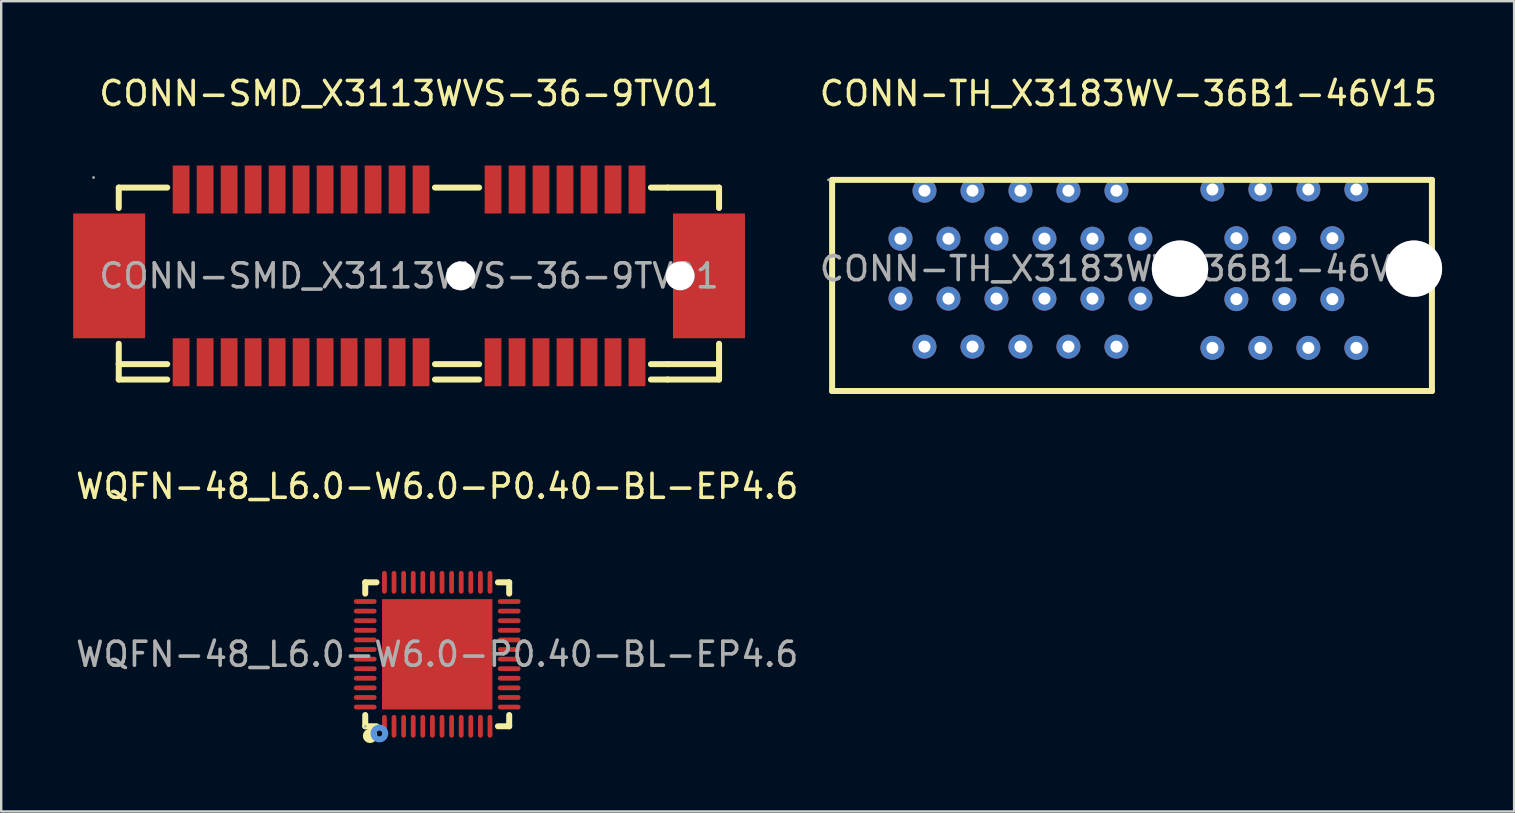
<source format=kicad_pcb>
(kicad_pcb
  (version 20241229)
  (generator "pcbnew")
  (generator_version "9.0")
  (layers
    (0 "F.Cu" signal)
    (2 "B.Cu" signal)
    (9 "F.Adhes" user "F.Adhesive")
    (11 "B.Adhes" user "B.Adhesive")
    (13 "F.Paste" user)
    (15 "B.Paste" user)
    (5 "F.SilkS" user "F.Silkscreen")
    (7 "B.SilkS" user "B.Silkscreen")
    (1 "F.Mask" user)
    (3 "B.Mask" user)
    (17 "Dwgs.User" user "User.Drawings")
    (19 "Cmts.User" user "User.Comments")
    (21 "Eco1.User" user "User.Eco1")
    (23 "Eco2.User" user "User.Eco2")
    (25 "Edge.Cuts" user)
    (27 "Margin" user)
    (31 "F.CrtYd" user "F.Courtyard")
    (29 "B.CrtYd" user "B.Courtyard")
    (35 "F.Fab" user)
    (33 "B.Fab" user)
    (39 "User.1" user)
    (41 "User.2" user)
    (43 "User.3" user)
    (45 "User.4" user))
  (footprint "CONN-TH_X3183WV-36B1-46V15"
    (layer "F.Cu")
    (at 43.982 8.148)
    (property "Reference" "CONN-TH_X3183WV-36B1-46V15" (at 0 -7.3 0) (layer "F.SilkS") (effects (font (size 1 1) (thickness 0.15))))
    (attr through_hole)
    (fp_line (start -12.35 -3.7) (end -12.35 5.1) (stroke (width 0.25) (type solid)) (layer "F.SilkS"))
    (fp_line (start -12.35 5.1) (end 12.65 5.1) (stroke (width 0.25) (type solid)) (layer "F.SilkS"))
    (fp_line (start 12.65 -3.7) (end -12.35 -3.7) (stroke (width 0.25) (type solid)) (layer "F.SilkS"))
    (fp_line (start 12.65 -3.7) (end 12.65 -0.5) (stroke (width 0.25) (type solid)) (layer "F.SilkS"))
    (fp_line (start 12.65 0.5) (end 12.65 5.1) (stroke (width 0.25) (type solid)) (layer "F.SilkS"))
    (fp_circle (center 2.15 0) (end 2.65 0) (stroke (width 1) (type solid)) (fill no) (layer "Cmts.User"))
    (fp_circle (center 11.9 0) (end 12.4 0) (stroke (width 1) (type solid)) (fill no) (layer "Cmts.User"))
    (fp_circle (center -12.5 -3.7) (end -12.47 -3.7) (stroke (width 0.06) (type solid)) (fill no) (layer "F.Fab"))
    (fp_text user "${REFERENCE}" (at 0 0 0) (layer "F.Fab") (effects (font (size 1 1) (thickness 0.15))))
    (pad "" thru_hole circle (at 2.15 0) (size 2.35 2.35) (drill 2.35) (layers "*.Cu" "*.Mask"))
    (pad "" thru_hole circle (at 11.9 0) (size 2.35 2.35) (drill 2.35) (layers "*.Cu" "*.Mask"))
    (pad "A1" thru_hole circle (at -9.5 -1.25) (size 1 1) (drill 0.5) (layers "*.Cu" "*.Mask"))
    (pad "A2" thru_hole circle (at -8.5 -3.25) (size 1 1) (drill 0.5) (layers "*.Cu" "*.Mask"))
    (pad "A3" thru_hole circle (at -7.5 -1.25) (size 1 1) (drill 0.5) (layers "*.Cu" "*.Mask"))
    (pad "A4" thru_hole circle (at -6.5 -3.25) (size 1 1) (drill 0.5) (layers "*.Cu" "*.Mask"))
    (pad "A5" thru_hole circle (at -5.5 -1.25) (size 1 1) (drill 0.5) (layers "*.Cu" "*.Mask"))
    (pad "A6" thru_hole circle (at -4.5 -3.25) (size 1 1) (drill 0.5) (layers "*.Cu" "*.Mask"))
    (pad "A7" thru_hole circle (at -3.5 -1.25) (size 1 1) (drill 0.5) (layers "*.Cu" "*.Mask"))
    (pad "A8" thru_hole circle (at -2.5 -3.25) (size 1 1) (drill 0.5) (layers "*.Cu" "*.Mask"))
    (pad "A9" thru_hole circle (at -1.5 -1.25) (size 1 1) (drill 0.5) (layers "*.Cu" "*.Mask"))
    (pad "A10" thru_hole circle (at -0.5 -3.25) (size 1 1) (drill 0.5) (layers "*.Cu" "*.Mask"))
    (pad "A11" thru_hole circle (at 0.5 -1.25) (size 1 1) (drill 0.5) (layers "*.Cu" "*.Mask"))
    (pad "A12" thru_hole circle (at 3.5 -3.3) (size 1 1) (drill 0.5) (layers "*.Cu" "*.Mask"))
    (pad "A13" thru_hole circle (at 4.5 -1.27) (size 1 1) (drill 0.5) (layers "*.Cu" "*.Mask"))
    (pad "A14" thru_hole circle (at 5.5 -3.3) (size 1 1) (drill 0.5) (layers "*.Cu" "*.Mask"))
    (pad "A15" thru_hole circle (at 6.5 -1.27) (size 1 1) (drill 0.5) (layers "*.Cu" "*.Mask"))
    (pad "A16" thru_hole circle (at 7.5 -3.3) (size 1 1) (drill 0.5) (layers "*.Cu" "*.Mask"))
    (pad "A17" thru_hole circle (at 8.5 -1.27) (size 1 1) (drill 0.5) (layers "*.Cu" "*.Mask"))
    (pad "A18" thru_hole circle (at 9.5 -3.3) (size 1 1) (drill 0.5) (layers "*.Cu" "*.Mask"))
    (pad "B1" thru_hole circle (at -9.5 1.25) (size 1 1) (drill 0.5) (layers "*.Cu" "*.Mask"))
    (pad "B2" thru_hole circle (at -8.5 3.25) (size 1 1) (drill 0.5) (layers "*.Cu" "*.Mask"))
    (pad "B3" thru_hole circle (at -7.5 1.25) (size 1 1) (drill 0.5) (layers "*.Cu" "*.Mask"))
    (pad "B4" thru_hole circle (at -6.5 3.25) (size 1 1) (drill 0.5) (layers "*.Cu" "*.Mask"))
    (pad "B5" thru_hole circle (at -5.5 1.25) (size 1 1) (drill 0.5) (layers "*.Cu" "*.Mask"))
    (pad "B6" thru_hole circle (at -4.5 3.25) (size 1 1) (drill 0.5) (layers "*.Cu" "*.Mask"))
    (pad "B7" thru_hole circle (at -3.5 1.25) (size 1 1) (drill 0.5) (layers "*.Cu" "*.Mask"))
    (pad "B8" thru_hole circle (at -2.5 3.25) (size 1 1) (drill 0.5) (layers "*.Cu" "*.Mask"))
    (pad "B9" thru_hole circle (at -1.5 1.25) (size 1 1) (drill 0.5) (layers "*.Cu" "*.Mask"))
    (pad "B10" thru_hole circle (at -0.5 3.25) (size 1 1) (drill 0.5) (layers "*.Cu" "*.Mask"))
    (pad "B11" thru_hole circle (at 0.5 1.25) (size 1 1) (drill 0.5) (layers "*.Cu" "*.Mask"))
    (pad "B12" thru_hole circle (at 3.5 3.3) (size 1 1) (drill 0.5) (layers "*.Cu" "*.Mask"))
    (pad "B13" thru_hole circle (at 4.5 1.27) (size 1 1) (drill 0.5) (layers "*.Cu" "*.Mask"))
    (pad "B14" thru_hole circle (at 5.5 3.3) (size 1 1) (drill 0.5) (layers "*.Cu" "*.Mask"))
    (pad "B15" thru_hole circle (at 6.5 1.27) (size 1 1) (drill 0.5) (layers "*.Cu" "*.Mask"))
    (pad "B16" thru_hole circle (at 7.5 3.3) (size 1 1) (drill 0.5) (layers "*.Cu" "*.Mask"))
    (pad "B17" thru_hole circle (at 8.5 1.27) (size 1 1) (drill 0.5) (layers "*.Cu" "*.Mask"))
    (pad "B18" thru_hole circle (at 9.5 3.3) (size 1 1) (drill 0.5) (layers "*.Cu" "*.Mask")))
  (footprint "WQFN-48_L6.0-W6.0-P0.40-BL-EP4.6"
    (layer "F.Cu")
    (at 15.173 24.221)
    (property "Reference" "WQFN-48_L6.0-W6.0-P0.40-BL-EP4.6" (at 0 -7 0) (layer "F.SilkS") (effects (font (size 1 1) (thickness 0.15))))
    (attr smd)
    (fp_line (start -3 -3) (end -2.53 -3) (stroke (width 0.25) (type solid)) (layer "F.SilkS"))
    (fp_line (start -3 -2.53) (end -3 -3) (stroke (width 0.25) (type solid)) (layer "F.SilkS"))
    (fp_line (start -3 3) (end -3 2.53) (stroke (width 0.25) (type solid)) (layer "F.SilkS"))
    (fp_line (start -2.53 3) (end -3 3) (stroke (width 0.25) (type solid)) (layer "F.SilkS"))
    (fp_line (start 2.53 -3) (end 3 -3) (stroke (width 0.25) (type solid)) (layer "F.SilkS"))
    (fp_line (start 3 -3) (end 3 -2.53) (stroke (width 0.25) (type solid)) (layer "F.SilkS"))
    (fp_line (start 3 2.53) (end 3 3) (stroke (width 0.25) (type solid)) (layer "F.SilkS"))
    (fp_line (start 3 3) (end 2.53 3) (stroke (width 0.25) (type solid)) (layer "F.SilkS"))
    (fp_arc (start -2.8 3.4) (mid -2.8 3.4) (end -2.8 3.4) (stroke (width 0.3) (type solid)) (layer "F.SilkS"))
    (fp_circle (center -2.41 3.3) (end -2.29 3.3) (stroke (width 0.25) (type solid)) (fill no) (layer "Cmts.User"))
    (fp_circle (center -3 3) (end -2.97 3) (stroke (width 0.06) (type solid)) (fill no) (layer "F.Fab"))
    (fp_text user "${REFERENCE}" (at 0 0 0) (layer "F.Fab") (effects (font (size 1 1) (thickness 0.15))))
    (pad "1" smd oval (at -2.2 3) (size 0.2 0.95) (layers "F.Cu" "F.Mask" "F.Paste"))
    (pad "2" smd oval (at -1.8 3) (size 0.2 0.95) (layers "F.Cu" "F.Mask" "F.Paste"))
    (pad "3" smd oval (at -1.4 3) (size 0.2 0.95) (layers "F.Cu" "F.Mask" "F.Paste"))
    (pad "4" smd oval (at -1 3) (size 0.2 0.95) (layers "F.Cu" "F.Mask" "F.Paste"))
    (pad "5" smd oval (at -0.6 3) (size 0.2 0.95) (layers "F.Cu" "F.Mask" "F.Paste"))
    (pad "6" smd oval (at -0.2 3) (size 0.2 0.95) (layers "F.Cu" "F.Mask" "F.Paste"))
    (pad "7" smd oval (at 0.2 3) (size 0.2 0.95) (layers "F.Cu" "F.Mask" "F.Paste"))
    (pad "8" smd oval (at 0.6 3) (size 0.2 0.95) (layers "F.Cu" "F.Mask" "F.Paste"))
    (pad "9" smd oval (at 1 3) (size 0.2 0.95) (layers "F.Cu" "F.Mask" "F.Paste"))
    (pad "10" smd oval (at 1.4 3) (size 0.2 0.95) (layers "F.Cu" "F.Mask" "F.Paste"))
    (pad "11" smd oval (at 1.8 3) (size 0.2 0.95) (layers "F.Cu" "F.Mask" "F.Paste"))
    (pad "12" smd oval (at 2.2 3) (size 0.2 0.95) (layers "F.Cu" "F.Mask" "F.Paste"))
    (pad "13" smd oval (at 3 2.2 90) (size 0.2 0.95) (layers "F.Cu" "F.Mask" "F.Paste"))
    (pad "14" smd oval (at 3 1.8 90) (size 0.2 0.95) (layers "F.Cu" "F.Mask" "F.Paste"))
    (pad "15" smd oval (at 3 1.4 90) (size 0.2 0.95) (layers "F.Cu" "F.Mask" "F.Paste"))
    (pad "16" smd oval (at 3 1 90) (size 0.2 0.95) (layers "F.Cu" "F.Mask" "F.Paste"))
    (pad "17" smd oval (at 3 0.6 90) (size 0.2 0.95) (layers "F.Cu" "F.Mask" "F.Paste"))
    (pad "18" smd oval (at 3 0.2 90) (size 0.2 0.95) (layers "F.Cu" "F.Mask" "F.Paste"))
    (pad "19" smd oval (at 3 -0.2 90) (size 0.2 0.95) (layers "F.Cu" "F.Mask" "F.Paste"))
    (pad "20" smd oval (at 3 -0.6 90) (size 0.2 0.95) (layers "F.Cu" "F.Mask" "F.Paste"))
    (pad "21" smd oval (at 3 -1 90) (size 0.2 0.95) (layers "F.Cu" "F.Mask" "F.Paste"))
    (pad "22" smd oval (at 3 -1.4 90) (size 0.2 0.95) (layers "F.Cu" "F.Mask" "F.Paste"))
    (pad "23" smd oval (at 3 -1.8 90) (size 0.2 0.95) (layers "F.Cu" "F.Mask" "F.Paste"))
    (pad "24" smd oval (at 3 -2.2 90) (size 0.2 0.95) (layers "F.Cu" "F.Mask" "F.Paste"))
    (pad "25" smd oval (at 2.2 -3 180) (size 0.2 0.95) (layers "F.Cu" "F.Mask" "F.Paste"))
    (pad "26" smd oval (at 1.8 -3 180) (size 0.2 0.95) (layers "F.Cu" "F.Mask" "F.Paste"))
    (pad "27" smd oval (at 1.4 -3 180) (size 0.2 0.95) (layers "F.Cu" "F.Mask" "F.Paste"))
    (pad "28" smd oval (at 1 -3 180) (size 0.2 0.95) (layers "F.Cu" "F.Mask" "F.Paste"))
    (pad "29" smd oval (at 0.6 -3 180) (size 0.2 0.95) (layers "F.Cu" "F.Mask" "F.Paste"))
    (pad "30" smd oval (at 0.2 -3 180) (size 0.2 0.95) (layers "F.Cu" "F.Mask" "F.Paste"))
    (pad "31" smd oval (at -0.2 -3 180) (size 0.2 0.95) (layers "F.Cu" "F.Mask" "F.Paste"))
    (pad "32" smd oval (at -0.6 -3 180) (size 0.2 0.95) (layers "F.Cu" "F.Mask" "F.Paste"))
    (pad "33" smd oval (at -1 -3 180) (size 0.2 0.95) (layers "F.Cu" "F.Mask" "F.Paste"))
    (pad "34" smd oval (at -1.4 -3 180) (size 0.2 0.95) (layers "F.Cu" "F.Mask" "F.Paste"))
    (pad "35" smd oval (at -1.8 -3 180) (size 0.2 0.95) (layers "F.Cu" "F.Mask" "F.Paste"))
    (pad "36" smd oval (at -2.2 -3 180) (size 0.2 0.95) (layers "F.Cu" "F.Mask" "F.Paste"))
    (pad "37" smd oval (at -3 -2.2 270) (size 0.2 0.95) (layers "F.Cu" "F.Mask" "F.Paste"))
    (pad "38" smd oval (at -3 -1.8 270) (size 0.2 0.95) (layers "F.Cu" "F.Mask" "F.Paste"))
    (pad "39" smd oval (at -3 -1.4 270) (size 0.2 0.95) (layers "F.Cu" "F.Mask" "F.Paste"))
    (pad "40" smd oval (at -3 -1 270) (size 0.2 0.95) (layers "F.Cu" "F.Mask" "F.Paste"))
    (pad "41" smd oval (at -3 -0.6 270) (size 0.2 0.95) (layers "F.Cu" "F.Mask" "F.Paste"))
    (pad "42" smd oval (at -3 -0.2 270) (size 0.2 0.95) (layers "F.Cu" "F.Mask" "F.Paste"))
    (pad "43" smd oval (at -3 0.2 270) (size 0.2 0.95) (layers "F.Cu" "F.Mask" "F.Paste"))
    (pad "44" smd oval (at -3 0.6 270) (size 0.2 0.95) (layers "F.Cu" "F.Mask" "F.Paste"))
    (pad "45" smd oval (at -3 1 270) (size 0.2 0.95) (layers "F.Cu" "F.Mask" "F.Paste"))
    (pad "46" smd oval (at -3 1.4 270) (size 0.2 0.95) (layers "F.Cu" "F.Mask" "F.Paste"))
    (pad "47" smd oval (at -3 1.8 270) (size 0.2 0.95) (layers "F.Cu" "F.Mask" "F.Paste"))
    (pad "48" smd oval (at -3 2.2 270) (size 0.2 0.95) (layers "F.Cu" "F.Mask" "F.Paste"))
    (pad "49" smd rect (at 0 0 180) (size 4.6 4.6) (layers "F.Cu" "F.Mask" "F.Paste")))
  (footprint "CONN-SMD_X3113WVS-36-9TV01"
    (layer "F.Cu")
    (at 14 8.448)
    (property "Reference" "CONN-SMD_X3113WVS-36-9TV01" (at 0 -7.6 0) (layer "F.SilkS") (effects (font (size 1 1) (thickness 0.15))))
    (attr smd)
    (fp_line (start -12.1 -3.68) (end -12.1 -2.83) (stroke (width 0.25) (type solid)) (layer "F.SilkS"))
    (fp_line (start -12.1 2.83) (end -12.1 3.68) (stroke (width 0.25) (type solid)) (layer "F.SilkS"))
    (fp_line (start -12.1 3.68) (end -12.1 4.32) (stroke (width 0.25) (type solid)) (layer "F.SilkS"))
    (fp_line (start -12.1 3.68) (end -10.08 3.68) (stroke (width 0.25) (type solid)) (layer "F.SilkS"))
    (fp_line (start -10.08 -3.68) (end -12.1 -3.68) (stroke (width 0.25) (type solid)) (layer "F.SilkS"))
    (fp_line (start -10.08 4.32) (end -12.1 4.32) (stroke (width 0.25) (type solid)) (layer "F.SilkS"))
    (fp_line (start 1.08 3.68) (end 2.92 3.68) (stroke (width 0.25) (type solid)) (layer "F.SilkS"))
    (fp_line (start 2.92 -3.68) (end 1.08 -3.68) (stroke (width 0.25) (type solid)) (layer "F.SilkS"))
    (fp_line (start 2.92 4.32) (end 1.08 4.32) (stroke (width 0.25) (type solid)) (layer "F.SilkS"))
    (fp_line (start 10.08 3.68) (end 10.78 3.68) (stroke (width 0.25) (type solid)) (layer "F.SilkS"))
    (fp_line (start 10.78 -3.68) (end 10.08 -3.68) (stroke (width 0.25) (type solid)) (layer "F.SilkS"))
    (fp_line (start 10.78 -3.68) (end 12.92 -3.68) (stroke (width 0.25) (type solid)) (layer "F.SilkS"))
    (fp_line (start 10.78 4.32) (end 10.08 4.32) (stroke (width 0.25) (type solid)) (layer "F.SilkS"))
    (fp_line (start 12.92 -3.68) (end 12.92 -2.83) (stroke (width 0.25) (type solid)) (layer "F.SilkS"))
    (fp_line (start 12.92 2.83) (end 12.92 3.68) (stroke (width 0.25) (type solid)) (layer "F.SilkS"))
    (fp_line (start 12.92 3.68) (end 10.78 3.68) (stroke (width 0.25) (type solid)) (layer "F.SilkS"))
    (fp_line (start 12.92 3.68) (end 12.92 4.32) (stroke (width 0.25) (type solid)) (layer "F.SilkS"))
    (fp_line (start 12.92 4.32) (end 10.78 4.32) (stroke (width 0.25) (type solid)) (layer "F.SilkS"))
    (fp_circle (center 2.15 0) (end 2.35 0) (stroke (width 0.4) (type solid)) (fill no) (layer "Cmts.User"))
    (fp_circle (center 11.3 0) (end 11.55 0) (stroke (width 0.5) (type solid)) (fill no) (layer "Cmts.User"))
    (fp_circle (center -13.15 -4.1) (end -13.12 -4.1) (stroke (width 0.06) (type solid)) (fill no) (layer "F.Fab"))
    (fp_text user "${REFERENCE}" (at 0 0 0) (layer "F.Fab") (effects (font (size 1 1) (thickness 0.15))))
    (pad "" thru_hole circle (at 2.15 0) (size 1.2 1.2) (drill 1.2) (layers "*.Cu" "*.Mask"))
    (pad "" thru_hole circle (at 11.3 0) (size 1.2 1.2) (drill 1.2) (layers "*.Cu" "*.Mask"))
    (pad "1" smd rect (at -9.5 -3.6) (size 0.7 2) (layers "F.Cu" "F.Mask" "F.Paste"))
    (pad "2" smd rect (at -8.5 -3.6) (size 0.7 2) (layers "F.Cu" "F.Mask" "F.Paste"))
    (pad "3" smd rect (at -7.5 -3.6) (size 0.7 2) (layers "F.Cu" "F.Mask" "F.Paste"))
    (pad "4" smd rect (at -6.5 -3.6) (size 0.7 2) (layers "F.Cu" "F.Mask" "F.Paste"))
    (pad "5" smd rect (at -5.5 -3.6) (size 0.7 2) (layers "F.Cu" "F.Mask" "F.Paste"))
    (pad "6" smd rect (at -4.5 -3.6) (size 0.7 2) (layers "F.Cu" "F.Mask" "F.Paste"))
    (pad "7" smd rect (at -3.5 -3.6) (size 0.7 2) (layers "F.Cu" "F.Mask" "F.Paste"))
    (pad "8" smd rect (at -2.5 -3.6) (size 0.7 2) (layers "F.Cu" "F.Mask" "F.Paste"))
    (pad "9" smd rect (at -1.5 -3.6) (size 0.7 2) (layers "F.Cu" "F.Mask" "F.Paste"))
    (pad "10" smd rect (at -0.5 -3.6) (size 0.7 2) (layers "F.Cu" "F.Mask" "F.Paste"))
    (pad "11" smd rect (at 0.5 -3.6) (size 0.7 2) (layers "F.Cu" "F.Mask" "F.Paste"))
    (pad "12" smd rect (at 3.5 -3.6) (size 0.7 2) (layers "F.Cu" "F.Mask" "F.Paste"))
    (pad "13" smd rect (at 4.5 -3.6) (size 0.7 2) (layers "F.Cu" "F.Mask" "F.Paste"))
    (pad "14" smd rect (at 5.5 -3.6) (size 0.7 2) (layers "F.Cu" "F.Mask" "F.Paste"))
    (pad "15" smd rect (at 6.5 -3.6) (size 0.7 2) (layers "F.Cu" "F.Mask" "F.Paste"))
    (pad "16" smd rect (at 7.5 -3.6) (size 0.7 2) (layers "F.Cu" "F.Mask" "F.Paste"))
    (pad "17" smd rect (at 8.5 -3.6) (size 0.7 2) (layers "F.Cu" "F.Mask" "F.Paste"))
    (pad "18" smd rect (at 9.5 -3.6) (size 0.7 2) (layers "F.Cu" "F.Mask" "F.Paste"))
    (pad "19" smd rect (at -9.5 3.6) (size 0.7 2) (layers "F.Cu" "F.Mask" "F.Paste"))
    (pad "20" smd rect (at -8.5 3.6) (size 0.7 2) (layers "F.Cu" "F.Mask" "F.Paste"))
    (pad "21" smd rect (at -7.5 3.6) (size 0.7 2) (layers "F.Cu" "F.Mask" "F.Paste"))
    (pad "22" smd rect (at -6.5 3.6) (size 0.7 2) (layers "F.Cu" "F.Mask" "F.Paste"))
    (pad "23" smd rect (at -5.5 3.6) (size 0.7 2) (layers "F.Cu" "F.Mask" "F.Paste"))
    (pad "24" smd rect (at -4.5 3.6) (size 0.7 2) (layers "F.Cu" "F.Mask" "F.Paste"))
    (pad "25" smd rect (at -3.5 3.6) (size 0.7 2) (layers "F.Cu" "F.Mask" "F.Paste"))
    (pad "26" smd rect (at -2.5 3.6) (size 0.7 2) (layers "F.Cu" "F.Mask" "F.Paste"))
    (pad "27" smd rect (at -1.5 3.6) (size 0.7 2) (layers "F.Cu" "F.Mask" "F.Paste"))
    (pad "28" smd rect (at -0.5 3.6) (size 0.7 2) (layers "F.Cu" "F.Mask" "F.Paste"))
    (pad "29" smd rect (at 0.5 3.6) (size 0.7 2) (layers "F.Cu" "F.Mask" "F.Paste"))
    (pad "30" smd rect (at 3.5 3.6) (size 0.7 2) (layers "F.Cu" "F.Mask" "F.Paste"))
    (pad "31" smd rect (at 4.5 3.6) (size 0.7 2) (layers "F.Cu" "F.Mask" "F.Paste"))
    (pad "32" smd rect (at 5.5 3.6) (size 0.7 2) (layers "F.Cu" "F.Mask" "F.Paste"))
    (pad "33" smd rect (at 6.5 3.6) (size 0.7 2) (layers "F.Cu" "F.Mask" "F.Paste"))
    (pad "34" smd rect (at 7.5 3.6) (size 0.7 2) (layers "F.Cu" "F.Mask" "F.Paste"))
    (pad "35" smd rect (at 8.5 3.6) (size 0.7 2) (layers "F.Cu" "F.Mask" "F.Paste"))
    (pad "36" smd rect (at 9.5 3.6) (size 0.7 2) (layers "F.Cu" "F.Mask" "F.Paste"))
    (pad "37" smd rect (at -12.5 0) (size 3 5.2) (layers "F.Cu" "F.Mask" "F.Paste"))
    (pad "37" smd rect (at 12.5 0) (size 3 5.2) (layers "F.Cu" "F.Mask" "F.Paste")))
  (gr_rect
    (start -3 -3)
    (end 60.057 30.772)
    (stroke (width 0.1) (type default))
    (fill no)
    (layer "Edge.Cuts")))
</source>
